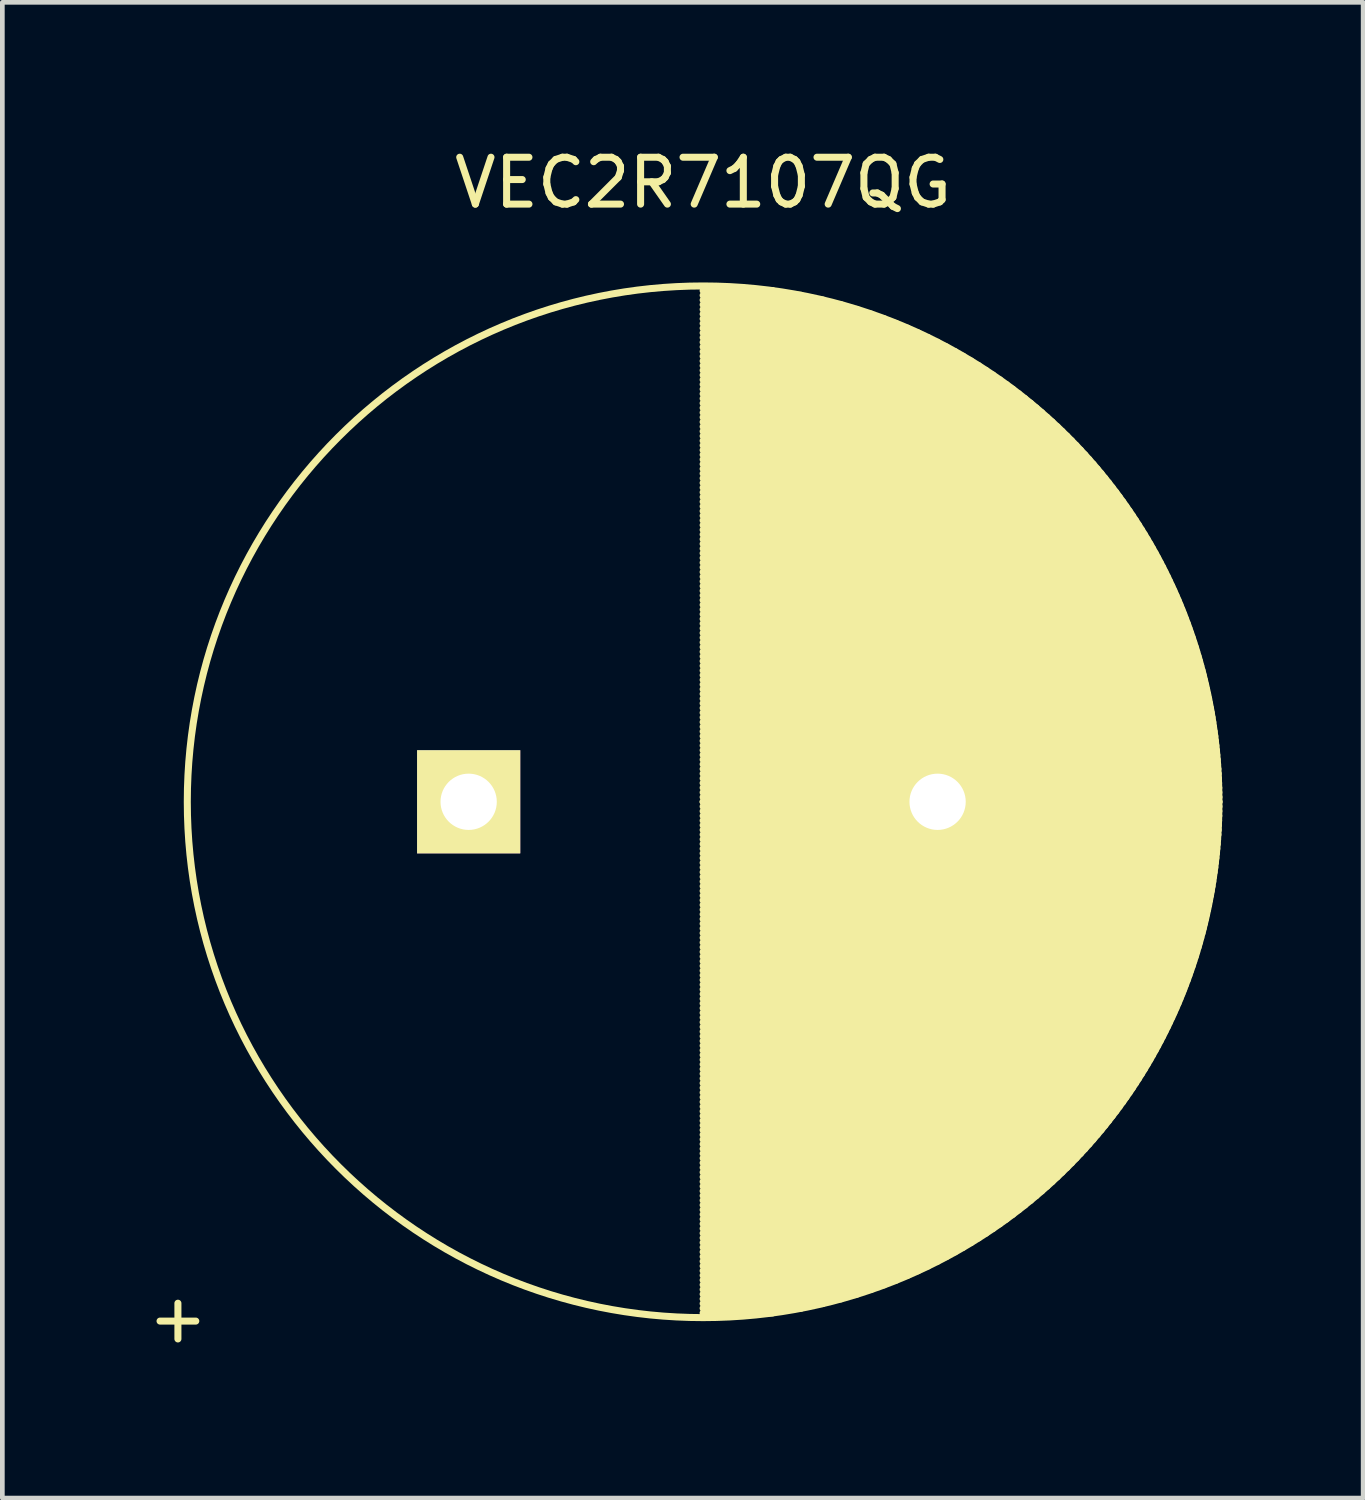
<source format=kicad_pcb>
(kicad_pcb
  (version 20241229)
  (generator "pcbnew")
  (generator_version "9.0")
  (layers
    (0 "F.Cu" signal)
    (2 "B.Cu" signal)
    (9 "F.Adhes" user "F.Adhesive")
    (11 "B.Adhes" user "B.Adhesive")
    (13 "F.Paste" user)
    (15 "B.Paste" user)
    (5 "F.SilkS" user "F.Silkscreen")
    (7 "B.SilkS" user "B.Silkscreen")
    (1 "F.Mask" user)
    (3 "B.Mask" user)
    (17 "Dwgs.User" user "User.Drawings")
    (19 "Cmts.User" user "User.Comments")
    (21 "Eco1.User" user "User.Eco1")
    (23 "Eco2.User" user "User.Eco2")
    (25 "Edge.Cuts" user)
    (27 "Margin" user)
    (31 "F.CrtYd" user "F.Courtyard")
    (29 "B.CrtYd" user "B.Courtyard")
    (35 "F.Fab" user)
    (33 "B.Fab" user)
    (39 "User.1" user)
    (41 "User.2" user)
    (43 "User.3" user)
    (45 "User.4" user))
  (footprint "VEC2R7107QG"
    (layer "F.Cu")
    (at 6.944 14.048)
    (property "Reference" "VEC2R7107QG" (at 5 -13.2 0) (layer "F.SilkS") (effects (font (size 1 1) (thickness 0.15))))
    (attr through_hole)
    (fp_line (start 5 -10.9) (end 6.48 -10.9) (stroke (width 0.15) (type solid)) (layer "F.SilkS"))
    (fp_line (start 5 -10.8) (end 7.088 -10.8) (stroke (width 0.15) (type solid)) (layer "F.SilkS"))
    (fp_line (start 5 -10.7) (end 7.551 -10.7) (stroke (width 0.15) (type solid)) (layer "F.SilkS"))
    (fp_line (start 5 -10.6) (end 7.939 -10.6) (stroke (width 0.15) (type solid)) (layer "F.SilkS"))
    (fp_line (start 5 -10.5) (end 8.279 -10.5) (stroke (width 0.15) (type solid)) (layer "F.SilkS"))
    (fp_line (start 5 -10.4) (end 8.583 -10.4) (stroke (width 0.15) (type solid)) (layer "F.SilkS"))
    (fp_line (start 5 -10.3) (end 8.861 -10.3) (stroke (width 0.15) (type solid)) (layer "F.SilkS"))
    (fp_line (start 5 -10.2) (end 9.118 -10.2) (stroke (width 0.15) (type solid)) (layer "F.SilkS"))
    (fp_line (start 5 -10.1) (end 9.358 -10.1) (stroke (width 0.15) (type solid)) (layer "F.SilkS"))
    (fp_line (start 5 -10) (end 9.583 -10) (stroke (width 0.15) (type solid)) (layer "F.SilkS"))
    (fp_line (start 5 -9.9) (end 9.795 -9.9) (stroke (width 0.15) (type solid)) (layer "F.SilkS"))
    (fp_line (start 5 -9.8) (end 9.996 -9.8) (stroke (width 0.15) (type solid)) (layer "F.SilkS"))
    (fp_line (start 5 -9.7) (end 10.187 -9.7) (stroke (width 0.15) (type solid)) (layer "F.SilkS"))
    (fp_line (start 5 -9.6) (end 10.37 -9.6) (stroke (width 0.15) (type solid)) (layer "F.SilkS"))
    (fp_line (start 5 -9.5) (end 10.545 -9.5) (stroke (width 0.15) (type solid)) (layer "F.SilkS"))
    (fp_line (start 5 -9.4) (end 10.713 -9.4) (stroke (width 0.15) (type solid)) (layer "F.SilkS"))
    (fp_line (start 5 -9.3) (end 10.875 -9.3) (stroke (width 0.15) (type solid)) (layer "F.SilkS"))
    (fp_line (start 5 -9.2) (end 11.03 -9.2) (stroke (width 0.15) (type solid)) (layer "F.SilkS"))
    (fp_line (start 5 -9.1) (end 11.18 -9.1) (stroke (width 0.15) (type solid)) (layer "F.SilkS"))
    (fp_line (start 5 -9) (end 11.325 -9) (stroke (width 0.15) (type solid)) (layer "F.SilkS"))
    (fp_line (start 5 -8.9) (end 11.465 -8.9) (stroke (width 0.15) (type solid)) (layer "F.SilkS"))
    (fp_line (start 5 -8.8) (end 11.6 -8.8) (stroke (width 0.15) (type solid)) (layer "F.SilkS"))
    (fp_line (start 5 -8.7) (end 11.731 -8.7) (stroke (width 0.15) (type solid)) (layer "F.SilkS"))
    (fp_line (start 5 -8.6) (end 11.859 -8.6) (stroke (width 0.15) (type solid)) (layer "F.SilkS"))
    (fp_line (start 5 -8.5) (end 11.982 -8.5) (stroke (width 0.15) (type solid)) (layer "F.SilkS"))
    (fp_line (start 5 -8.4) (end 12.102 -8.4) (stroke (width 0.15) (type solid)) (layer "F.SilkS"))
    (fp_line (start 5 -8.3) (end 12.219 -8.3) (stroke (width 0.15) (type solid)) (layer "F.SilkS"))
    (fp_line (start 5 -8.2) (end 12.332 -8.2) (stroke (width 0.15) (type solid)) (layer "F.SilkS"))
    (fp_line (start 5 -8.1) (end 12.442 -8.1) (stroke (width 0.15) (type solid)) (layer "F.SilkS"))
    (fp_line (start 5 -8) (end 12.55 -8) (stroke (width 0.15) (type solid)) (layer "F.SilkS"))
    (fp_line (start 5 -7.9) (end 12.654 -7.9) (stroke (width 0.15) (type solid)) (layer "F.SilkS"))
    (fp_line (start 5 -7.8) (end 12.756 -7.8) (stroke (width 0.15) (type solid)) (layer "F.SilkS"))
    (fp_line (start 5 -7.7) (end 12.856 -7.7) (stroke (width 0.15) (type solid)) (layer "F.SilkS"))
    (fp_line (start 5 -7.6) (end 12.952 -7.6) (stroke (width 0.15) (type solid)) (layer "F.SilkS"))
    (fp_line (start 5 -7.5) (end 13.047 -7.5) (stroke (width 0.15) (type solid)) (layer "F.SilkS"))
    (fp_line (start 5 -7.4) (end 13.139 -7.4) (stroke (width 0.15) (type solid)) (layer "F.SilkS"))
    (fp_line (start 5 -7.3) (end 13.229 -7.3) (stroke (width 0.15) (type solid)) (layer "F.SilkS"))
    (fp_line (start 5 -7.2) (end 13.316 -7.2) (stroke (width 0.15) (type solid)) (layer "F.SilkS"))
    (fp_line (start 5 -7.1) (end 13.402 -7.1) (stroke (width 0.15) (type solid)) (layer "F.SilkS"))
    (fp_line (start 5 -7) (end 13.485 -7) (stroke (width 0.15) (type solid)) (layer "F.SilkS"))
    (fp_line (start 5 -6.9) (end 13.567 -6.9) (stroke (width 0.15) (type solid)) (layer "F.SilkS"))
    (fp_line (start 5 -6.8) (end 13.646 -6.8) (stroke (width 0.15) (type solid)) (layer "F.SilkS"))
    (fp_line (start 5 -6.7) (end 13.724 -6.7) (stroke (width 0.15) (type solid)) (layer "F.SilkS"))
    (fp_line (start 5 -6.6) (end 13.8 -6.6) (stroke (width 0.15) (type solid)) (layer "F.SilkS"))
    (fp_line (start 5 -6.5) (end 13.874 -6.5) (stroke (width 0.15) (type solid)) (layer "F.SilkS"))
    (fp_line (start 5 -6.4) (end 13.947 -6.4) (stroke (width 0.15) (type solid)) (layer "F.SilkS"))
    (fp_line (start 5 -6.3) (end 14.017 -6.3) (stroke (width 0.15) (type solid)) (layer "F.SilkS"))
    (fp_line (start 5 -6.2) (end 14.086 -6.2) (stroke (width 0.15) (type solid)) (layer "F.SilkS"))
    (fp_line (start 5 -6.1) (end 14.154 -6.1) (stroke (width 0.15) (type solid)) (layer "F.SilkS"))
    (fp_line (start 5 -6) (end 14.22 -6) (stroke (width 0.15) (type solid)) (layer "F.SilkS"))
    (fp_line (start 5 -5.9) (end 14.284 -5.9) (stroke (width 0.15) (type solid)) (layer "F.SilkS"))
    (fp_line (start 5 -5.8) (end 14.347 -5.8) (stroke (width 0.15) (type solid)) (layer "F.SilkS"))
    (fp_line (start 5 -5.7) (end 14.408 -5.7) (stroke (width 0.15) (type solid)) (layer "F.SilkS"))
    (fp_line (start 5 -5.6) (end 14.468 -5.6) (stroke (width 0.15) (type solid)) (layer "F.SilkS"))
    (fp_line (start 5 -5.5) (end 14.526 -5.5) (stroke (width 0.15) (type solid)) (layer "F.SilkS"))
    (fp_line (start 5 -5.4) (end 14.583 -5.4) (stroke (width 0.15) (type solid)) (layer "F.SilkS"))
    (fp_line (start 5 -5.3) (end 14.639 -5.3) (stroke (width 0.15) (type solid)) (layer "F.SilkS"))
    (fp_line (start 5 -5.2) (end 14.693 -5.2) (stroke (width 0.15) (type solid)) (layer "F.SilkS"))
    (fp_line (start 5 -5.1) (end 14.746 -5.1) (stroke (width 0.15) (type solid)) (layer "F.SilkS"))
    (fp_line (start 5 -5) (end 14.798 -5) (stroke (width 0.15) (type solid)) (layer "F.SilkS"))
    (fp_line (start 5 -4.9) (end 14.848 -4.9) (stroke (width 0.15) (type solid)) (layer "F.SilkS"))
    (fp_line (start 5 -4.8) (end 14.897 -4.8) (stroke (width 0.15) (type solid)) (layer "F.SilkS"))
    (fp_line (start 5 -4.7) (end 14.945 -4.7) (stroke (width 0.15) (type solid)) (layer "F.SilkS"))
    (fp_line (start 5 -4.6) (end 14.992 -4.6) (stroke (width 0.15) (type solid)) (layer "F.SilkS"))
    (fp_line (start 5 -4.5) (end 15.037 -4.5) (stroke (width 0.15) (type solid)) (layer "F.SilkS"))
    (fp_line (start 5 -4.4) (end 15.082 -4.4) (stroke (width 0.15) (type solid)) (layer "F.SilkS"))
    (fp_line (start 5 -4.3) (end 15.125 -4.3) (stroke (width 0.15) (type solid)) (layer "F.SilkS"))
    (fp_line (start 5 -4.2) (end 15.167 -4.2) (stroke (width 0.15) (type solid)) (layer "F.SilkS"))
    (fp_line (start 5 -4.1) (end 15.207 -4.1) (stroke (width 0.15) (type solid)) (layer "F.SilkS"))
    (fp_line (start 5 -4) (end 15.247 -4) (stroke (width 0.15) (type solid)) (layer "F.SilkS"))
    (fp_line (start 5 -3.9) (end 15.285 -3.9) (stroke (width 0.15) (type solid)) (layer "F.SilkS"))
    (fp_line (start 5 -3.8) (end 15.323 -3.8) (stroke (width 0.15) (type solid)) (layer "F.SilkS"))
    (fp_line (start 5 -3.7) (end 15.359 -3.7) (stroke (width 0.15) (type solid)) (layer "F.SilkS"))
    (fp_line (start 5 -3.6) (end 15.394 -3.6) (stroke (width 0.15) (type solid)) (layer "F.SilkS"))
    (fp_line (start 5 -3.5) (end 15.428 -3.5) (stroke (width 0.15) (type solid)) (layer "F.SilkS"))
    (fp_line (start 5 -3.4) (end 15.461 -3.4) (stroke (width 0.15) (type solid)) (layer "F.SilkS"))
    (fp_line (start 5 -3.3) (end 15.493 -3.3) (stroke (width 0.15) (type solid)) (layer "F.SilkS"))
    (fp_line (start 5 -3.2) (end 15.524 -3.2) (stroke (width 0.15) (type solid)) (layer "F.SilkS"))
    (fp_line (start 5 -3.1) (end 15.554 -3.1) (stroke (width 0.15) (type solid)) (layer "F.SilkS"))
    (fp_line (start 5 -3) (end 15.583 -3) (stroke (width 0.15) (type solid)) (layer "F.SilkS"))
    (fp_line (start 5 -2.9) (end 15.611 -2.9) (stroke (width 0.15) (type solid)) (layer "F.SilkS"))
    (fp_line (start 5 -2.8) (end 15.638 -2.8) (stroke (width 0.15) (type solid)) (layer "F.SilkS"))
    (fp_line (start 5 -2.7) (end 15.663 -2.7) (stroke (width 0.15) (type solid)) (layer "F.SilkS"))
    (fp_line (start 5 -2.6) (end 15.688 -2.6) (stroke (width 0.15) (type solid)) (layer "F.SilkS"))
    (fp_line (start 5 -2.5) (end 15.712 -2.5) (stroke (width 0.15) (type solid)) (layer "F.SilkS"))
    (fp_line (start 5 -2.4) (end 15.735 -2.4) (stroke (width 0.15) (type solid)) (layer "F.SilkS"))
    (fp_line (start 5 -2.3) (end 15.757 -2.3) (stroke (width 0.15) (type solid)) (layer "F.SilkS"))
    (fp_line (start 5 -2.2) (end 15.778 -2.2) (stroke (width 0.15) (type solid)) (layer "F.SilkS"))
    (fp_line (start 5 -2.1) (end 15.798 -2.1) (stroke (width 0.15) (type solid)) (layer "F.SilkS"))
    (fp_line (start 5 -2) (end 15.817 -2) (stroke (width 0.15) (type solid)) (layer "F.SilkS"))
    (fp_line (start 5 -1.9) (end 15.835 -1.9) (stroke (width 0.15) (type solid)) (layer "F.SilkS"))
    (fp_line (start 5 -1.8) (end 15.852 -1.8) (stroke (width 0.15) (type solid)) (layer "F.SilkS"))
    (fp_line (start 5 -1.7) (end 15.868 -1.7) (stroke (width 0.15) (type solid)) (layer "F.SilkS"))
    (fp_line (start 5 -1.6) (end 15.883 -1.6) (stroke (width 0.15) (type solid)) (layer "F.SilkS"))
    (fp_line (start 5 -1.5) (end 15.897 -1.5) (stroke (width 0.15) (type solid)) (layer "F.SilkS"))
    (fp_line (start 5 -1.4) (end 15.911 -1.4) (stroke (width 0.15) (type solid)) (layer "F.SilkS"))
    (fp_line (start 5 -1.3) (end 15.923 -1.3) (stroke (width 0.15) (type solid)) (layer "F.SilkS"))
    (fp_line (start 5 -1.2) (end 15.934 -1.2) (stroke (width 0.15) (type solid)) (layer "F.SilkS"))
    (fp_line (start 5 -1.1) (end 15.945 -1.1) (stroke (width 0.15) (type solid)) (layer "F.SilkS"))
    (fp_line (start 5 -1) (end 15.954 -1) (stroke (width 0.15) (type solid)) (layer "F.SilkS"))
    (fp_line (start 5 -0.9) (end 15.963 -0.9) (stroke (width 0.15) (type solid)) (layer "F.SilkS"))
    (fp_line (start 5 -0.8) (end 15.971 -0.8) (stroke (width 0.15) (type solid)) (layer "F.SilkS"))
    (fp_line (start 5 -0.7) (end 15.978 -0.7) (stroke (width 0.15) (type solid)) (layer "F.SilkS"))
    (fp_line (start 5 -0.6) (end 15.984 -0.6) (stroke (width 0.15) (type solid)) (layer "F.SilkS"))
    (fp_line (start 5 -0.5) (end 15.989 -0.5) (stroke (width 0.15) (type solid)) (layer "F.SilkS"))
    (fp_line (start 5 -0.4) (end 15.993 -0.4) (stroke (width 0.15) (type solid)) (layer "F.SilkS"))
    (fp_line (start 5 -0.3) (end 15.996 -0.3) (stroke (width 0.15) (type solid)) (layer "F.SilkS"))
    (fp_line (start 5 -0.2) (end 15.998 -0.2) (stroke (width 0.15) (type solid)) (layer "F.SilkS"))
    (fp_line (start 5 -0.1) (end 16 -0.1) (stroke (width 0.15) (type solid)) (layer "F.SilkS"))
    (fp_line (start 5 0) (end 16 0) (stroke (width 0.15) (type solid)) (layer "F.SilkS"))
    (fp_line (start 5 0) (end 16 0) (stroke (width 0.15) (type solid)) (layer "F.SilkS"))
    (fp_line (start 5 0.1) (end 16 0.1) (stroke (width 0.15) (type solid)) (layer "F.SilkS"))
    (fp_line (start 5 0.2) (end 15.998 0.2) (stroke (width 0.15) (type solid)) (layer "F.SilkS"))
    (fp_line (start 5 0.3) (end 15.996 0.3) (stroke (width 0.15) (type solid)) (layer "F.SilkS"))
    (fp_line (start 5 0.4) (end 15.993 0.4) (stroke (width 0.15) (type solid)) (layer "F.SilkS"))
    (fp_line (start 5 0.5) (end 15.989 0.5) (stroke (width 0.15) (type solid)) (layer "F.SilkS"))
    (fp_line (start 5 0.6) (end 15.984 0.6) (stroke (width 0.15) (type solid)) (layer "F.SilkS"))
    (fp_line (start 5 0.7) (end 15.978 0.7) (stroke (width 0.15) (type solid)) (layer "F.SilkS"))
    (fp_line (start 5 0.8) (end 15.971 0.8) (stroke (width 0.15) (type solid)) (layer "F.SilkS"))
    (fp_line (start 5 0.9) (end 15.963 0.9) (stroke (width 0.15) (type solid)) (layer "F.SilkS"))
    (fp_line (start 5 1) (end 15.954 1) (stroke (width 0.15) (type solid)) (layer "F.SilkS"))
    (fp_line (start 5 1.1) (end 15.945 1.1) (stroke (width 0.15) (type solid)) (layer "F.SilkS"))
    (fp_line (start 5 1.2) (end 15.934 1.2) (stroke (width 0.15) (type solid)) (layer "F.SilkS"))
    (fp_line (start 5 1.3) (end 15.923 1.3) (stroke (width 0.15) (type solid)) (layer "F.SilkS"))
    (fp_line (start 5 1.4) (end 15.911 1.4) (stroke (width 0.15) (type solid)) (layer "F.SilkS"))
    (fp_line (start 5 1.5) (end 15.897 1.5) (stroke (width 0.15) (type solid)) (layer "F.SilkS"))
    (fp_line (start 5 1.6) (end 15.883 1.6) (stroke (width 0.15) (type solid)) (layer "F.SilkS"))
    (fp_line (start 5 1.7) (end 15.868 1.7) (stroke (width 0.15) (type solid)) (layer "F.SilkS"))
    (fp_line (start 5 1.8) (end 15.852 1.8) (stroke (width 0.15) (type solid)) (layer "F.SilkS"))
    (fp_line (start 5 1.9) (end 15.835 1.9) (stroke (width 0.15) (type solid)) (layer "F.SilkS"))
    (fp_line (start 5 2) (end 15.817 2) (stroke (width 0.15) (type solid)) (layer "F.SilkS"))
    (fp_line (start 5 2.1) (end 15.798 2.1) (stroke (width 0.15) (type solid)) (layer "F.SilkS"))
    (fp_line (start 5 2.2) (end 15.778 2.2) (stroke (width 0.15) (type solid)) (layer "F.SilkS"))
    (fp_line (start 5 2.3) (end 15.757 2.3) (stroke (width 0.15) (type solid)) (layer "F.SilkS"))
    (fp_line (start 5 2.4) (end 15.735 2.4) (stroke (width 0.15) (type solid)) (layer "F.SilkS"))
    (fp_line (start 5 2.5) (end 15.712 2.5) (stroke (width 0.15) (type solid)) (layer "F.SilkS"))
    (fp_line (start 5 2.6) (end 15.688 2.6) (stroke (width 0.15) (type solid)) (layer "F.SilkS"))
    (fp_line (start 5 2.7) (end 15.663 2.7) (stroke (width 0.15) (type solid)) (layer "F.SilkS"))
    (fp_line (start 5 2.8) (end 15.638 2.8) (stroke (width 0.15) (type solid)) (layer "F.SilkS"))
    (fp_line (start 5 2.9) (end 15.611 2.9) (stroke (width 0.15) (type solid)) (layer "F.SilkS"))
    (fp_line (start 5 3) (end 15.583 3) (stroke (width 0.15) (type solid)) (layer "F.SilkS"))
    (fp_line (start 5 3.1) (end 15.554 3.1) (stroke (width 0.15) (type solid)) (layer "F.SilkS"))
    (fp_line (start 5 3.2) (end 15.524 3.2) (stroke (width 0.15) (type solid)) (layer "F.SilkS"))
    (fp_line (start 5 3.3) (end 15.493 3.3) (stroke (width 0.15) (type solid)) (layer "F.SilkS"))
    (fp_line (start 5 3.4) (end 15.461 3.4) (stroke (width 0.15) (type solid)) (layer "F.SilkS"))
    (fp_line (start 5 3.5) (end 15.428 3.5) (stroke (width 0.15) (type solid)) (layer "F.SilkS"))
    (fp_line (start 5 3.6) (end 15.394 3.6) (stroke (width 0.15) (type solid)) (layer "F.SilkS"))
    (fp_line (start 5 3.7) (end 15.359 3.7) (stroke (width 0.15) (type solid)) (layer "F.SilkS"))
    (fp_line (start 5 3.8) (end 15.323 3.8) (stroke (width 0.15) (type solid)) (layer "F.SilkS"))
    (fp_line (start 5 3.9) (end 15.285 3.9) (stroke (width 0.15) (type solid)) (layer "F.SilkS"))
    (fp_line (start 5 4) (end 15.247 4) (stroke (width 0.15) (type solid)) (layer "F.SilkS"))
    (fp_line (start 5 4.1) (end 15.207 4.1) (stroke (width 0.15) (type solid)) (layer "F.SilkS"))
    (fp_line (start 5 4.2) (end 15.167 4.2) (stroke (width 0.15) (type solid)) (layer "F.SilkS"))
    (fp_line (start 5 4.3) (end 15.125 4.3) (stroke (width 0.15) (type solid)) (layer "F.SilkS"))
    (fp_line (start 5 4.4) (end 15.082 4.4) (stroke (width 0.15) (type solid)) (layer "F.SilkS"))
    (fp_line (start 5 4.5) (end 15.037 4.5) (stroke (width 0.15) (type solid)) (layer "F.SilkS"))
    (fp_line (start 5 4.6) (end 14.992 4.6) (stroke (width 0.15) (type solid)) (layer "F.SilkS"))
    (fp_line (start 5 4.7) (end 14.945 4.7) (stroke (width 0.15) (type solid)) (layer "F.SilkS"))
    (fp_line (start 5 4.8) (end 14.897 4.8) (stroke (width 0.15) (type solid)) (layer "F.SilkS"))
    (fp_line (start 5 4.9) (end 14.848 4.9) (stroke (width 0.15) (type solid)) (layer "F.SilkS"))
    (fp_line (start 5 5) (end 14.798 5) (stroke (width 0.15) (type solid)) (layer "F.SilkS"))
    (fp_line (start 5 5.1) (end 14.746 5.1) (stroke (width 0.15) (type solid)) (layer "F.SilkS"))
    (fp_line (start 5 5.2) (end 14.693 5.2) (stroke (width 0.15) (type solid)) (layer "F.SilkS"))
    (fp_line (start 5 5.3) (end 14.639 5.3) (stroke (width 0.15) (type solid)) (layer "F.SilkS"))
    (fp_line (start 5 5.4) (end 14.583 5.4) (stroke (width 0.15) (type solid)) (layer "F.SilkS"))
    (fp_line (start 5 5.5) (end 14.526 5.5) (stroke (width 0.15) (type solid)) (layer "F.SilkS"))
    (fp_line (start 5 5.6) (end 14.468 5.6) (stroke (width 0.15) (type solid)) (layer "F.SilkS"))
    (fp_line (start 5 5.7) (end 14.408 5.7) (stroke (width 0.15) (type solid)) (layer "F.SilkS"))
    (fp_line (start 5 5.8) (end 14.347 5.8) (stroke (width 0.15) (type solid)) (layer "F.SilkS"))
    (fp_line (start 5 5.9) (end 14.284 5.9) (stroke (width 0.15) (type solid)) (layer "F.SilkS"))
    (fp_line (start 5 6) (end 14.22 6) (stroke (width 0.15) (type solid)) (layer "F.SilkS"))
    (fp_line (start 5 6.1) (end 14.154 6.1) (stroke (width 0.15) (type solid)) (layer "F.SilkS"))
    (fp_line (start 5 6.2) (end 14.086 6.2) (stroke (width 0.15) (type solid)) (layer "F.SilkS"))
    (fp_line (start 5 6.3) (end 14.017 6.3) (stroke (width 0.15) (type solid)) (layer "F.SilkS"))
    (fp_line (start 5 6.4) (end 13.947 6.4) (stroke (width 0.15) (type solid)) (layer "F.SilkS"))
    (fp_line (start 5 6.5) (end 13.874 6.5) (stroke (width 0.15) (type solid)) (layer "F.SilkS"))
    (fp_line (start 5 6.6) (end 13.8 6.6) (stroke (width 0.15) (type solid)) (layer "F.SilkS"))
    (fp_line (start 5 6.7) (end 13.724 6.7) (stroke (width 0.15) (type solid)) (layer "F.SilkS"))
    (fp_line (start 5 6.8) (end 13.646 6.8) (stroke (width 0.15) (type solid)) (layer "F.SilkS"))
    (fp_line (start 5 6.9) (end 13.567 6.9) (stroke (width 0.15) (type solid)) (layer "F.SilkS"))
    (fp_line (start 5 7) (end 13.485 7) (stroke (width 0.15) (type solid)) (layer "F.SilkS"))
    (fp_line (start 5 7.1) (end 13.402 7.1) (stroke (width 0.15) (type solid)) (layer "F.SilkS"))
    (fp_line (start 5 7.2) (end 13.316 7.2) (stroke (width 0.15) (type solid)) (layer "F.SilkS"))
    (fp_line (start 5 7.3) (end 13.229 7.3) (stroke (width 0.15) (type solid)) (layer "F.SilkS"))
    (fp_line (start 5 7.4) (end 13.139 7.4) (stroke (width 0.15) (type solid)) (layer "F.SilkS"))
    (fp_line (start 5 7.5) (end 13.047 7.5) (stroke (width 0.15) (type solid)) (layer "F.SilkS"))
    (fp_line (start 5 7.6) (end 12.952 7.6) (stroke (width 0.15) (type solid)) (layer "F.SilkS"))
    (fp_line (start 5 7.7) (end 12.856 7.7) (stroke (width 0.15) (type solid)) (layer "F.SilkS"))
    (fp_line (start 5 7.8) (end 12.756 7.8) (stroke (width 0.15) (type solid)) (layer "F.SilkS"))
    (fp_line (start 5 7.9) (end 12.654 7.9) (stroke (width 0.15) (type solid)) (layer "F.SilkS"))
    (fp_line (start 5 8) (end 12.55 8) (stroke (width 0.15) (type solid)) (layer "F.SilkS"))
    (fp_line (start 5 8.1) (end 12.442 8.1) (stroke (width 0.15) (type solid)) (layer "F.SilkS"))
    (fp_line (start 5 8.2) (end 12.332 8.2) (stroke (width 0.15) (type solid)) (layer "F.SilkS"))
    (fp_line (start 5 8.3) (end 12.219 8.3) (stroke (width 0.15) (type solid)) (layer "F.SilkS"))
    (fp_line (start 5 8.4) (end 12.102 8.4) (stroke (width 0.15) (type solid)) (layer "F.SilkS"))
    (fp_line (start 5 8.5) (end 11.982 8.5) (stroke (width 0.15) (type solid)) (layer "F.SilkS"))
    (fp_line (start 5 8.6) (end 11.859 8.6) (stroke (width 0.15) (type solid)) (layer "F.SilkS"))
    (fp_line (start 5 8.7) (end 11.731 8.7) (stroke (width 0.15) (type solid)) (layer "F.SilkS"))
    (fp_line (start 5 8.8) (end 11.6 8.8) (stroke (width 0.15) (type solid)) (layer "F.SilkS"))
    (fp_line (start 5 8.9) (end 11.465 8.9) (stroke (width 0.15) (type solid)) (layer "F.SilkS"))
    (fp_line (start 5 9) (end 11.325 9) (stroke (width 0.15) (type solid)) (layer "F.SilkS"))
    (fp_line (start 5 9.1) (end 11.18 9.1) (stroke (width 0.15) (type solid)) (layer "F.SilkS"))
    (fp_line (start 5 9.2) (end 11.03 9.2) (stroke (width 0.15) (type solid)) (layer "F.SilkS"))
    (fp_line (start 5 9.3) (end 10.875 9.3) (stroke (width 0.15) (type solid)) (layer "F.SilkS"))
    (fp_line (start 5 9.4) (end 10.713 9.4) (stroke (width 0.15) (type solid)) (layer "F.SilkS"))
    (fp_line (start 5 9.5) (end 10.545 9.5) (stroke (width 0.15) (type solid)) (layer "F.SilkS"))
    (fp_line (start 5 9.6) (end 10.37 9.6) (stroke (width 0.15) (type solid)) (layer "F.SilkS"))
    (fp_line (start 5 9.7) (end 10.187 9.7) (stroke (width 0.15) (type solid)) (layer "F.SilkS"))
    (fp_line (start 5 9.8) (end 9.996 9.8) (stroke (width 0.15) (type solid)) (layer "F.SilkS"))
    (fp_line (start 5 9.9) (end 9.795 9.9) (stroke (width 0.15) (type solid)) (layer "F.SilkS"))
    (fp_line (start 5 10) (end 9.583 10) (stroke (width 0.15) (type solid)) (layer "F.SilkS"))
    (fp_line (start 5 10.1) (end 9.358 10.1) (stroke (width 0.15) (type solid)) (layer "F.SilkS"))
    (fp_line (start 5 10.2) (end 9.118 10.2) (stroke (width 0.15) (type solid)) (layer "F.SilkS"))
    (fp_line (start 5 10.3) (end 8.861 10.3) (stroke (width 0.15) (type solid)) (layer "F.SilkS"))
    (fp_line (start 5 10.4) (end 8.583 10.4) (stroke (width 0.15) (type solid)) (layer "F.SilkS"))
    (fp_line (start 5 10.5) (end 8.279 10.5) (stroke (width 0.15) (type solid)) (layer "F.SilkS"))
    (fp_line (start 5 10.6) (end 7.939 10.6) (stroke (width 0.15) (type solid)) (layer "F.SilkS"))
    (fp_line (start 5 10.7) (end 7.551 10.7) (stroke (width 0.15) (type solid)) (layer "F.SilkS"))
    (fp_line (start 5 10.8) (end 7.088 10.8) (stroke (width 0.15) (type solid)) (layer "F.SilkS"))
    (fp_line (start 5 10.9) (end 6.48 10.9) (stroke (width 0.15) (type solid)) (layer "F.SilkS"))
    (fp_circle (center 5 0) (end 5 -11) (stroke (width 0.15) (type solid)) (fill no) (layer "F.SilkS"))
    (fp_text user "+" (at -6.2 11 0) (layer "F.SilkS") (effects (font (size 1 1) (thickness 0.15))))
    (pad "1" thru_hole rect (at 0 0) (size 2.2 2.2) (drill 1.2) (layers "*.Cu" "*.Mask" "F.SilkS"))
    (pad "2" thru_hole circle (at 10 0) (size 2.2 2.2) (drill 1.2) (layers "*.Cu" "*.Mask" "F.SilkS")))
  (gr_rect
    (start -3 -3)
    (end 26.019 28.896)
    (stroke (width 0.1) (type default))
    (fill no)
    (layer "Edge.Cuts")))
</source>
